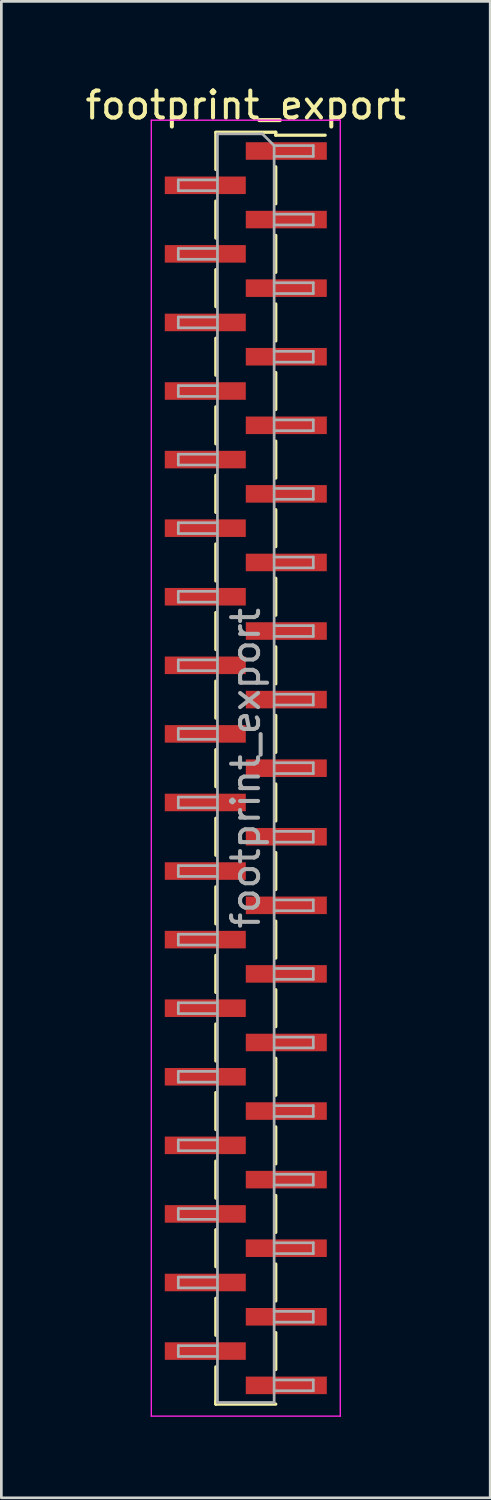
<source format=kicad_pcb>
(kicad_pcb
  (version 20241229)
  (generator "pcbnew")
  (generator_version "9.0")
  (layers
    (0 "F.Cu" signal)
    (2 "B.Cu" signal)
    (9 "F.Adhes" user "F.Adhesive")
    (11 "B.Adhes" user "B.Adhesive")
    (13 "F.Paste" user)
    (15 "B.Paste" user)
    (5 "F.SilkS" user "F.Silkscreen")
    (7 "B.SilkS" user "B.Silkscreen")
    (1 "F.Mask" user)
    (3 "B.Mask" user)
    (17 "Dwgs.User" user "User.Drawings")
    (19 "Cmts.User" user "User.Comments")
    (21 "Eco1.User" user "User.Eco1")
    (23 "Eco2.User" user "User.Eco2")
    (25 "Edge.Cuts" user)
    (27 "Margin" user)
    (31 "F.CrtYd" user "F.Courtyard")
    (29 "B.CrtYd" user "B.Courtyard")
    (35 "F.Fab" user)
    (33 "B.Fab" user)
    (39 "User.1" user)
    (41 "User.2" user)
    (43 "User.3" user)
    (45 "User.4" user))
  (footprint "footprint_export"
    (layer "F.Cu")
    (at 6.054 25.403)
    (property "Reference" "footprint_export" (at 0 -24.555 0) (layer "F.SilkS") (effects (font (size 1 1) (thickness 0.15))))
    (attr smd)
    (fp_line (start -1.11 -23.555) (end 1.11 -23.555) (stroke (width 0.12) (type solid)) (layer "F.SilkS"))
    (fp_line (start -1.11 -23.545) (end -1.11 -22.175) (stroke (width 0.12) (type solid)) (layer "F.SilkS"))
    (fp_line (start -1.11 -21.005) (end -1.11 -19.635) (stroke (width 0.12) (type solid)) (layer "F.SilkS"))
    (fp_line (start -1.11 -18.465) (end -1.11 -17.095) (stroke (width 0.12) (type solid)) (layer "F.SilkS"))
    (fp_line (start -1.11 -15.925) (end -1.11 -14.555) (stroke (width 0.12) (type solid)) (layer "F.SilkS"))
    (fp_line (start -1.11 -13.385) (end -1.11 -12.015) (stroke (width 0.12) (type solid)) (layer "F.SilkS"))
    (fp_line (start -1.11 -10.845) (end -1.11 -9.475) (stroke (width 0.12) (type solid)) (layer "F.SilkS"))
    (fp_line (start -1.11 -8.305) (end -1.11 -6.935) (stroke (width 0.12) (type solid)) (layer "F.SilkS"))
    (fp_line (start -1.11 -5.765) (end -1.11 -4.395) (stroke (width 0.12) (type solid)) (layer "F.SilkS"))
    (fp_line (start -1.11 -3.225) (end -1.11 -1.855) (stroke (width 0.12) (type solid)) (layer "F.SilkS"))
    (fp_line (start -1.11 -0.685) (end -1.11 0.685) (stroke (width 0.12) (type solid)) (layer "F.SilkS"))
    (fp_line (start -1.11 1.855) (end -1.11 3.225) (stroke (width 0.12) (type solid)) (layer "F.SilkS"))
    (fp_line (start -1.11 4.395) (end -1.11 5.765) (stroke (width 0.12) (type solid)) (layer "F.SilkS"))
    (fp_line (start -1.11 6.935) (end -1.11 8.305) (stroke (width 0.12) (type solid)) (layer "F.SilkS"))
    (fp_line (start -1.11 9.475) (end -1.11 10.845) (stroke (width 0.12) (type solid)) (layer "F.SilkS"))
    (fp_line (start -1.11 12.015) (end -1.11 13.385) (stroke (width 0.12) (type solid)) (layer "F.SilkS"))
    (fp_line (start -1.11 14.555) (end -1.11 15.925) (stroke (width 0.12) (type solid)) (layer "F.SilkS"))
    (fp_line (start -1.11 17.095) (end -1.11 18.465) (stroke (width 0.12) (type solid)) (layer "F.SilkS"))
    (fp_line (start -1.11 19.635) (end -1.11 21.005) (stroke (width 0.12) (type solid)) (layer "F.SilkS"))
    (fp_line (start -1.11 22.175) (end -1.11 23.545) (stroke (width 0.12) (type solid)) (layer "F.SilkS"))
    (fp_line (start -1.11 23.445) (end -1.11 23.555) (stroke (width 0.12) (type solid)) (layer "F.SilkS"))
    (fp_line (start -1.11 23.555) (end 1.11 23.555) (stroke (width 0.12) (type solid)) (layer "F.SilkS"))
    (fp_line (start 1.11 -23.555) (end 1.11 -23.445) (stroke (width 0.12) (type solid)) (layer "F.SilkS"))
    (fp_line (start 1.11 -23.445) (end 2.94 -23.445) (stroke (width 0.12) (type solid)) (layer "F.SilkS"))
    (fp_line (start 1.11 -22.275) (end 1.11 -20.905) (stroke (width 0.12) (type solid)) (layer "F.SilkS"))
    (fp_line (start 1.11 -19.735) (end 1.11 -18.365) (stroke (width 0.12) (type solid)) (layer "F.SilkS"))
    (fp_line (start 1.11 -17.195) (end 1.11 -15.825) (stroke (width 0.12) (type solid)) (layer "F.SilkS"))
    (fp_line (start 1.11 -14.655) (end 1.11 -13.285) (stroke (width 0.12) (type solid)) (layer "F.SilkS"))
    (fp_line (start 1.11 -12.115) (end 1.11 -10.745) (stroke (width 0.12) (type solid)) (layer "F.SilkS"))
    (fp_line (start 1.11 -9.575) (end 1.11 -8.205) (stroke (width 0.12) (type solid)) (layer "F.SilkS"))
    (fp_line (start 1.11 -7.035) (end 1.11 -5.665) (stroke (width 0.12) (type solid)) (layer "F.SilkS"))
    (fp_line (start 1.11 -4.495) (end 1.11 -3.125) (stroke (width 0.12) (type solid)) (layer "F.SilkS"))
    (fp_line (start 1.11 -1.955) (end 1.11 -0.585) (stroke (width 0.12) (type solid)) (layer "F.SilkS"))
    (fp_line (start 1.11 0.585) (end 1.11 1.955) (stroke (width 0.12) (type solid)) (layer "F.SilkS"))
    (fp_line (start 1.11 3.125) (end 1.11 4.495) (stroke (width 0.12) (type solid)) (layer "F.SilkS"))
    (fp_line (start 1.11 5.665) (end 1.11 7.035) (stroke (width 0.12) (type solid)) (layer "F.SilkS"))
    (fp_line (start 1.11 8.205) (end 1.11 9.575) (stroke (width 0.12) (type solid)) (layer "F.SilkS"))
    (fp_line (start 1.11 10.745) (end 1.11 12.115) (stroke (width 0.12) (type solid)) (layer "F.SilkS"))
    (fp_line (start 1.11 13.285) (end 1.11 14.655) (stroke (width 0.12) (type solid)) (layer "F.SilkS"))
    (fp_line (start 1.11 15.825) (end 1.11 17.195) (stroke (width 0.12) (type solid)) (layer "F.SilkS"))
    (fp_line (start 1.11 18.365) (end 1.11 19.735) (stroke (width 0.12) (type solid)) (layer "F.SilkS"))
    (fp_line (start 1.11 20.905) (end 1.11 22.275) (stroke (width 0.12) (type solid)) (layer "F.SilkS"))
    (fp_line (start -3.5 -24) (end -3.5 24) (stroke (width 0.05) (type solid)) (layer "F.CrtYd"))
    (fp_line (start -3.5 24) (end 3.5 24) (stroke (width 0.05) (type solid)) (layer "F.CrtYd"))
    (fp_line (start 3.5 -24) (end -3.5 -24) (stroke (width 0.05) (type solid)) (layer "F.CrtYd"))
    (fp_line (start 3.5 24) (end 3.5 -24) (stroke (width 0.05) (type solid)) (layer "F.CrtYd"))
    (fp_line (start -2.5 -21.79) (end -2.5 -21.39) (stroke (width 0.1) (type solid)) (layer "F.Fab"))
    (fp_line (start -2.5 -21.39) (end -1.05 -21.39) (stroke (width 0.1) (type solid)) (layer "F.Fab"))
    (fp_line (start -2.5 -19.25) (end -2.5 -18.85) (stroke (width 0.1) (type solid)) (layer "F.Fab"))
    (fp_line (start -2.5 -18.85) (end -1.05 -18.85) (stroke (width 0.1) (type solid)) (layer "F.Fab"))
    (fp_line (start -2.5 -16.71) (end -2.5 -16.31) (stroke (width 0.1) (type solid)) (layer "F.Fab"))
    (fp_line (start -2.5 -16.31) (end -1.05 -16.31) (stroke (width 0.1) (type solid)) (layer "F.Fab"))
    (fp_line (start -2.5 -14.17) (end -2.5 -13.77) (stroke (width 0.1) (type solid)) (layer "F.Fab"))
    (fp_line (start -2.5 -13.77) (end -1.05 -13.77) (stroke (width 0.1) (type solid)) (layer "F.Fab"))
    (fp_line (start -2.5 -11.63) (end -2.5 -11.23) (stroke (width 0.1) (type solid)) (layer "F.Fab"))
    (fp_line (start -2.5 -11.23) (end -1.05 -11.23) (stroke (width 0.1) (type solid)) (layer "F.Fab"))
    (fp_line (start -2.5 -9.09) (end -2.5 -8.69) (stroke (width 0.1) (type solid)) (layer "F.Fab"))
    (fp_line (start -2.5 -8.69) (end -1.05 -8.69) (stroke (width 0.1) (type solid)) (layer "F.Fab"))
    (fp_line (start -2.5 -6.55) (end -2.5 -6.15) (stroke (width 0.1) (type solid)) (layer "F.Fab"))
    (fp_line (start -2.5 -6.15) (end -1.05 -6.15) (stroke (width 0.1) (type solid)) (layer "F.Fab"))
    (fp_line (start -2.5 -4.01) (end -2.5 -3.61) (stroke (width 0.1) (type solid)) (layer "F.Fab"))
    (fp_line (start -2.5 -3.61) (end -1.05 -3.61) (stroke (width 0.1) (type solid)) (layer "F.Fab"))
    (fp_line (start -2.5 -1.47) (end -2.5 -1.07) (stroke (width 0.1) (type solid)) (layer "F.Fab"))
    (fp_line (start -2.5 -1.07) (end -1.05 -1.07) (stroke (width 0.1) (type solid)) (layer "F.Fab"))
    (fp_line (start -2.5 1.07) (end -2.5 1.47) (stroke (width 0.1) (type solid)) (layer "F.Fab"))
    (fp_line (start -2.5 1.47) (end -1.05 1.47) (stroke (width 0.1) (type solid)) (layer "F.Fab"))
    (fp_line (start -2.5 3.61) (end -2.5 4.01) (stroke (width 0.1) (type solid)) (layer "F.Fab"))
    (fp_line (start -2.5 4.01) (end -1.05 4.01) (stroke (width 0.1) (type solid)) (layer "F.Fab"))
    (fp_line (start -2.5 6.15) (end -2.5 6.55) (stroke (width 0.1) (type solid)) (layer "F.Fab"))
    (fp_line (start -2.5 6.55) (end -1.05 6.55) (stroke (width 0.1) (type solid)) (layer "F.Fab"))
    (fp_line (start -2.5 8.69) (end -2.5 9.09) (stroke (width 0.1) (type solid)) (layer "F.Fab"))
    (fp_line (start -2.5 9.09) (end -1.05 9.09) (stroke (width 0.1) (type solid)) (layer "F.Fab"))
    (fp_line (start -2.5 11.23) (end -2.5 11.63) (stroke (width 0.1) (type solid)) (layer "F.Fab"))
    (fp_line (start -2.5 11.63) (end -1.05 11.63) (stroke (width 0.1) (type solid)) (layer "F.Fab"))
    (fp_line (start -2.5 13.77) (end -2.5 14.17) (stroke (width 0.1) (type solid)) (layer "F.Fab"))
    (fp_line (start -2.5 14.17) (end -1.05 14.17) (stroke (width 0.1) (type solid)) (layer "F.Fab"))
    (fp_line (start -2.5 16.31) (end -2.5 16.71) (stroke (width 0.1) (type solid)) (layer "F.Fab"))
    (fp_line (start -2.5 16.71) (end -1.05 16.71) (stroke (width 0.1) (type solid)) (layer "F.Fab"))
    (fp_line (start -2.5 18.85) (end -2.5 19.25) (stroke (width 0.1) (type solid)) (layer "F.Fab"))
    (fp_line (start -2.5 19.25) (end -1.05 19.25) (stroke (width 0.1) (type solid)) (layer "F.Fab"))
    (fp_line (start -2.5 21.39) (end -2.5 21.79) (stroke (width 0.1) (type solid)) (layer "F.Fab"))
    (fp_line (start -2.5 21.79) (end -1.05 21.79) (stroke (width 0.1) (type solid)) (layer "F.Fab"))
    (fp_line (start -1.05 -23.495) (end -1.05 23.495) (stroke (width 0.1) (type solid)) (layer "F.Fab"))
    (fp_line (start -1.05 -23.495) (end 0.615 -23.495) (stroke (width 0.1) (type solid)) (layer "F.Fab"))
    (fp_line (start -1.05 -21.79) (end -2.5 -21.79) (stroke (width 0.1) (type solid)) (layer "F.Fab"))
    (fp_line (start -1.05 -19.25) (end -2.5 -19.25) (stroke (width 0.1) (type solid)) (layer "F.Fab"))
    (fp_line (start -1.05 -16.71) (end -2.5 -16.71) (stroke (width 0.1) (type solid)) (layer "F.Fab"))
    (fp_line (start -1.05 -14.17) (end -2.5 -14.17) (stroke (width 0.1) (type solid)) (layer "F.Fab"))
    (fp_line (start -1.05 -11.63) (end -2.5 -11.63) (stroke (width 0.1) (type solid)) (layer "F.Fab"))
    (fp_line (start -1.05 -9.09) (end -2.5 -9.09) (stroke (width 0.1) (type solid)) (layer "F.Fab"))
    (fp_line (start -1.05 -6.55) (end -2.5 -6.55) (stroke (width 0.1) (type solid)) (layer "F.Fab"))
    (fp_line (start -1.05 -4.01) (end -2.5 -4.01) (stroke (width 0.1) (type solid)) (layer "F.Fab"))
    (fp_line (start -1.05 -1.47) (end -2.5 -1.47) (stroke (width 0.1) (type solid)) (layer "F.Fab"))
    (fp_line (start -1.05 1.07) (end -2.5 1.07) (stroke (width 0.1) (type solid)) (layer "F.Fab"))
    (fp_line (start -1.05 3.61) (end -2.5 3.61) (stroke (width 0.1) (type solid)) (layer "F.Fab"))
    (fp_line (start -1.05 6.15) (end -2.5 6.15) (stroke (width 0.1) (type solid)) (layer "F.Fab"))
    (fp_line (start -1.05 8.69) (end -2.5 8.69) (stroke (width 0.1) (type solid)) (layer "F.Fab"))
    (fp_line (start -1.05 11.23) (end -2.5 11.23) (stroke (width 0.1) (type solid)) (layer "F.Fab"))
    (fp_line (start -1.05 13.77) (end -2.5 13.77) (stroke (width 0.1) (type solid)) (layer "F.Fab"))
    (fp_line (start -1.05 16.31) (end -2.5 16.31) (stroke (width 0.1) (type solid)) (layer "F.Fab"))
    (fp_line (start -1.05 18.85) (end -2.5 18.85) (stroke (width 0.1) (type solid)) (layer "F.Fab"))
    (fp_line (start -1.05 21.39) (end -2.5 21.39) (stroke (width 0.1) (type solid)) (layer "F.Fab"))
    (fp_line (start 1.05 -23.06) (end 0.615 -23.495) (stroke (width 0.1) (type solid)) (layer "F.Fab"))
    (fp_line (start 1.05 -23.06) (end 2.5 -23.06) (stroke (width 0.1) (type solid)) (layer "F.Fab"))
    (fp_line (start 1.05 -20.52) (end 2.5 -20.52) (stroke (width 0.1) (type solid)) (layer "F.Fab"))
    (fp_line (start 1.05 -17.98) (end 2.5 -17.98) (stroke (width 0.1) (type solid)) (layer "F.Fab"))
    (fp_line (start 1.05 -15.44) (end 2.5 -15.44) (stroke (width 0.1) (type solid)) (layer "F.Fab"))
    (fp_line (start 1.05 -12.9) (end 2.5 -12.9) (stroke (width 0.1) (type solid)) (layer "F.Fab"))
    (fp_line (start 1.05 -10.36) (end 2.5 -10.36) (stroke (width 0.1) (type solid)) (layer "F.Fab"))
    (fp_line (start 1.05 -7.82) (end 2.5 -7.82) (stroke (width 0.1) (type solid)) (layer "F.Fab"))
    (fp_line (start 1.05 -5.28) (end 2.5 -5.28) (stroke (width 0.1) (type solid)) (layer "F.Fab"))
    (fp_line (start 1.05 -2.74) (end 2.5 -2.74) (stroke (width 0.1) (type solid)) (layer "F.Fab"))
    (fp_line (start 1.05 -0.2) (end 2.5 -0.2) (stroke (width 0.1) (type solid)) (layer "F.Fab"))
    (fp_line (start 1.05 2.34) (end 2.5 2.34) (stroke (width 0.1) (type solid)) (layer "F.Fab"))
    (fp_line (start 1.05 4.88) (end 2.5 4.88) (stroke (width 0.1) (type solid)) (layer "F.Fab"))
    (fp_line (start 1.05 7.42) (end 2.5 7.42) (stroke (width 0.1) (type solid)) (layer "F.Fab"))
    (fp_line (start 1.05 9.96) (end 2.5 9.96) (stroke (width 0.1) (type solid)) (layer "F.Fab"))
    (fp_line (start 1.05 12.5) (end 2.5 12.5) (stroke (width 0.1) (type solid)) (layer "F.Fab"))
    (fp_line (start 1.05 15.04) (end 2.5 15.04) (stroke (width 0.1) (type solid)) (layer "F.Fab"))
    (fp_line (start 1.05 17.58) (end 2.5 17.58) (stroke (width 0.1) (type solid)) (layer "F.Fab"))
    (fp_line (start 1.05 20.12) (end 2.5 20.12) (stroke (width 0.1) (type solid)) (layer "F.Fab"))
    (fp_line (start 1.05 22.66) (end 2.5 22.66) (stroke (width 0.1) (type solid)) (layer "F.Fab"))
    (fp_line (start 1.05 23.495) (end -1.05 23.495) (stroke (width 0.1) (type solid)) (layer "F.Fab"))
    (fp_line (start 1.05 23.495) (end 1.05 -23.06) (stroke (width 0.1) (type solid)) (layer "F.Fab"))
    (fp_line (start 2.5 -23.06) (end 2.5 -22.66) (stroke (width 0.1) (type solid)) (layer "F.Fab"))
    (fp_line (start 2.5 -22.66) (end 1.05 -22.66) (stroke (width 0.1) (type solid)) (layer "F.Fab"))
    (fp_line (start 2.5 -20.52) (end 2.5 -20.12) (stroke (width 0.1) (type solid)) (layer "F.Fab"))
    (fp_line (start 2.5 -20.12) (end 1.05 -20.12) (stroke (width 0.1) (type solid)) (layer "F.Fab"))
    (fp_line (start 2.5 -17.98) (end 2.5 -17.58) (stroke (width 0.1) (type solid)) (layer "F.Fab"))
    (fp_line (start 2.5 -17.58) (end 1.05 -17.58) (stroke (width 0.1) (type solid)) (layer "F.Fab"))
    (fp_line (start 2.5 -15.44) (end 2.5 -15.04) (stroke (width 0.1) (type solid)) (layer "F.Fab"))
    (fp_line (start 2.5 -15.04) (end 1.05 -15.04) (stroke (width 0.1) (type solid)) (layer "F.Fab"))
    (fp_line (start 2.5 -12.9) (end 2.5 -12.5) (stroke (width 0.1) (type solid)) (layer "F.Fab"))
    (fp_line (start 2.5 -12.5) (end 1.05 -12.5) (stroke (width 0.1) (type solid)) (layer "F.Fab"))
    (fp_line (start 2.5 -10.36) (end 2.5 -9.96) (stroke (width 0.1) (type solid)) (layer "F.Fab"))
    (fp_line (start 2.5 -9.96) (end 1.05 -9.96) (stroke (width 0.1) (type solid)) (layer "F.Fab"))
    (fp_line (start 2.5 -7.82) (end 2.5 -7.42) (stroke (width 0.1) (type solid)) (layer "F.Fab"))
    (fp_line (start 2.5 -7.42) (end 1.05 -7.42) (stroke (width 0.1) (type solid)) (layer "F.Fab"))
    (fp_line (start 2.5 -5.28) (end 2.5 -4.88) (stroke (width 0.1) (type solid)) (layer "F.Fab"))
    (fp_line (start 2.5 -4.88) (end 1.05 -4.88) (stroke (width 0.1) (type solid)) (layer "F.Fab"))
    (fp_line (start 2.5 -2.74) (end 2.5 -2.34) (stroke (width 0.1) (type solid)) (layer "F.Fab"))
    (fp_line (start 2.5 -2.34) (end 1.05 -2.34) (stroke (width 0.1) (type solid)) (layer "F.Fab"))
    (fp_line (start 2.5 -0.2) (end 2.5 0.2) (stroke (width 0.1) (type solid)) (layer "F.Fab"))
    (fp_line (start 2.5 0.2) (end 1.05 0.2) (stroke (width 0.1) (type solid)) (layer "F.Fab"))
    (fp_line (start 2.5 2.34) (end 2.5 2.74) (stroke (width 0.1) (type solid)) (layer "F.Fab"))
    (fp_line (start 2.5 2.74) (end 1.05 2.74) (stroke (width 0.1) (type solid)) (layer "F.Fab"))
    (fp_line (start 2.5 4.88) (end 2.5 5.28) (stroke (width 0.1) (type solid)) (layer "F.Fab"))
    (fp_line (start 2.5 5.28) (end 1.05 5.28) (stroke (width 0.1) (type solid)) (layer "F.Fab"))
    (fp_line (start 2.5 7.42) (end 2.5 7.82) (stroke (width 0.1) (type solid)) (layer "F.Fab"))
    (fp_line (start 2.5 7.82) (end 1.05 7.82) (stroke (width 0.1) (type solid)) (layer "F.Fab"))
    (fp_line (start 2.5 9.96) (end 2.5 10.36) (stroke (width 0.1) (type solid)) (layer "F.Fab"))
    (fp_line (start 2.5 10.36) (end 1.05 10.36) (stroke (width 0.1) (type solid)) (layer "F.Fab"))
    (fp_line (start 2.5 12.5) (end 2.5 12.9) (stroke (width 0.1) (type solid)) (layer "F.Fab"))
    (fp_line (start 2.5 12.9) (end 1.05 12.9) (stroke (width 0.1) (type solid)) (layer "F.Fab"))
    (fp_line (start 2.5 15.04) (end 2.5 15.44) (stroke (width 0.1) (type solid)) (layer "F.Fab"))
    (fp_line (start 2.5 15.44) (end 1.05 15.44) (stroke (width 0.1) (type solid)) (layer "F.Fab"))
    (fp_line (start 2.5 17.58) (end 2.5 17.98) (stroke (width 0.1) (type solid)) (layer "F.Fab"))
    (fp_line (start 2.5 17.98) (end 1.05 17.98) (stroke (width 0.1) (type solid)) (layer "F.Fab"))
    (fp_line (start 2.5 20.12) (end 2.5 20.52) (stroke (width 0.1) (type solid)) (layer "F.Fab"))
    (fp_line (start 2.5 20.52) (end 1.05 20.52) (stroke (width 0.1) (type solid)) (layer "F.Fab"))
    (fp_line (start 2.5 22.66) (end 2.5 23.06) (stroke (width 0.1) (type solid)) (layer "F.Fab"))
    (fp_line (start 2.5 23.06) (end 1.05 23.06) (stroke (width 0.1) (type solid)) (layer "F.Fab"))
    (fp_text user "${REFERENCE}" (at 0 0 90) (layer "F.Fab") (effects (font (size 1 1) (thickness 0.15))))
    (pad "1" smd rect (at 1.5 -22.86) (size 3 0.65) (layers "F.Cu" "F.Mask" "F.Paste"))
    (pad "2" smd rect (at -1.5 -21.59) (size 3 0.65) (layers "F.Cu" "F.Mask" "F.Paste"))
    (pad "3" smd rect (at 1.5 -20.32) (size 3 0.65) (layers "F.Cu" "F.Mask" "F.Paste"))
    (pad "4" smd rect (at -1.5 -19.05) (size 3 0.65) (layers "F.Cu" "F.Mask" "F.Paste"))
    (pad "5" smd rect (at 1.5 -17.78) (size 3 0.65) (layers "F.Cu" "F.Mask" "F.Paste"))
    (pad "6" smd rect (at -1.5 -16.51) (size 3 0.65) (layers "F.Cu" "F.Mask" "F.Paste"))
    (pad "7" smd rect (at 1.5 -15.24) (size 3 0.65) (layers "F.Cu" "F.Mask" "F.Paste"))
    (pad "8" smd rect (at -1.5 -13.97) (size 3 0.65) (layers "F.Cu" "F.Mask" "F.Paste"))
    (pad "9" smd rect (at 1.5 -12.7) (size 3 0.65) (layers "F.Cu" "F.Mask" "F.Paste"))
    (pad "10" smd rect (at -1.5 -11.43) (size 3 0.65) (layers "F.Cu" "F.Mask" "F.Paste"))
    (pad "11" smd rect (at 1.5 -10.16) (size 3 0.65) (layers "F.Cu" "F.Mask" "F.Paste"))
    (pad "12" smd rect (at -1.5 -8.89) (size 3 0.65) (layers "F.Cu" "F.Mask" "F.Paste"))
    (pad "13" smd rect (at 1.5 -7.62) (size 3 0.65) (layers "F.Cu" "F.Mask" "F.Paste"))
    (pad "14" smd rect (at -1.5 -6.35) (size 3 0.65) (layers "F.Cu" "F.Mask" "F.Paste"))
    (pad "15" smd rect (at 1.5 -5.08) (size 3 0.65) (layers "F.Cu" "F.Mask" "F.Paste"))
    (pad "16" smd rect (at -1.5 -3.81) (size 3 0.65) (layers "F.Cu" "F.Mask" "F.Paste"))
    (pad "17" smd rect (at 1.5 -2.54) (size 3 0.65) (layers "F.Cu" "F.Mask" "F.Paste"))
    (pad "18" smd rect (at -1.5 -1.27) (size 3 0.65) (layers "F.Cu" "F.Mask" "F.Paste"))
    (pad "19" smd rect (at 1.5 0) (size 3 0.65) (layers "F.Cu" "F.Mask" "F.Paste"))
    (pad "20" smd rect (at -1.5 1.27) (size 3 0.65) (layers "F.Cu" "F.Mask" "F.Paste"))
    (pad "21" smd rect (at 1.5 2.54) (size 3 0.65) (layers "F.Cu" "F.Mask" "F.Paste"))
    (pad "22" smd rect (at -1.5 3.81) (size 3 0.65) (layers "F.Cu" "F.Mask" "F.Paste"))
    (pad "23" smd rect (at 1.5 5.08) (size 3 0.65) (layers "F.Cu" "F.Mask" "F.Paste"))
    (pad "24" smd rect (at -1.5 6.35) (size 3 0.65) (layers "F.Cu" "F.Mask" "F.Paste"))
    (pad "25" smd rect (at 1.5 7.62) (size 3 0.65) (layers "F.Cu" "F.Mask" "F.Paste"))
    (pad "26" smd rect (at -1.5 8.89) (size 3 0.65) (layers "F.Cu" "F.Mask" "F.Paste"))
    (pad "27" smd rect (at 1.5 10.16) (size 3 0.65) (layers "F.Cu" "F.Mask" "F.Paste"))
    (pad "28" smd rect (at -1.5 11.43) (size 3 0.65) (layers "F.Cu" "F.Mask" "F.Paste"))
    (pad "29" smd rect (at 1.5 12.7) (size 3 0.65) (layers "F.Cu" "F.Mask" "F.Paste"))
    (pad "30" smd rect (at -1.5 13.97) (size 3 0.65) (layers "F.Cu" "F.Mask" "F.Paste"))
    (pad "31" smd rect (at 1.5 15.24) (size 3 0.65) (layers "F.Cu" "F.Mask" "F.Paste"))
    (pad "32" smd rect (at -1.5 16.51) (size 3 0.65) (layers "F.Cu" "F.Mask" "F.Paste"))
    (pad "33" smd rect (at 1.5 17.78) (size 3 0.65) (layers "F.Cu" "F.Mask" "F.Paste"))
    (pad "34" smd rect (at -1.5 19.05) (size 3 0.65) (layers "F.Cu" "F.Mask" "F.Paste"))
    (pad "35" smd rect (at 1.5 20.32) (size 3 0.65) (layers "F.Cu" "F.Mask" "F.Paste"))
    (pad "36" smd rect (at -1.5 21.59) (size 3 0.65) (layers "F.Cu" "F.Mask" "F.Paste"))
    (pad "37" smd rect (at 1.5 22.86) (size 3 0.65) (layers "F.Cu" "F.Mask" "F.Paste")))
  (gr_rect
    (start -3 -3)
    (end 15.107 52.428)
    (stroke (width 0.1) (type default))
    (fill no)
    (layer "Edge.Cuts")))
</source>
